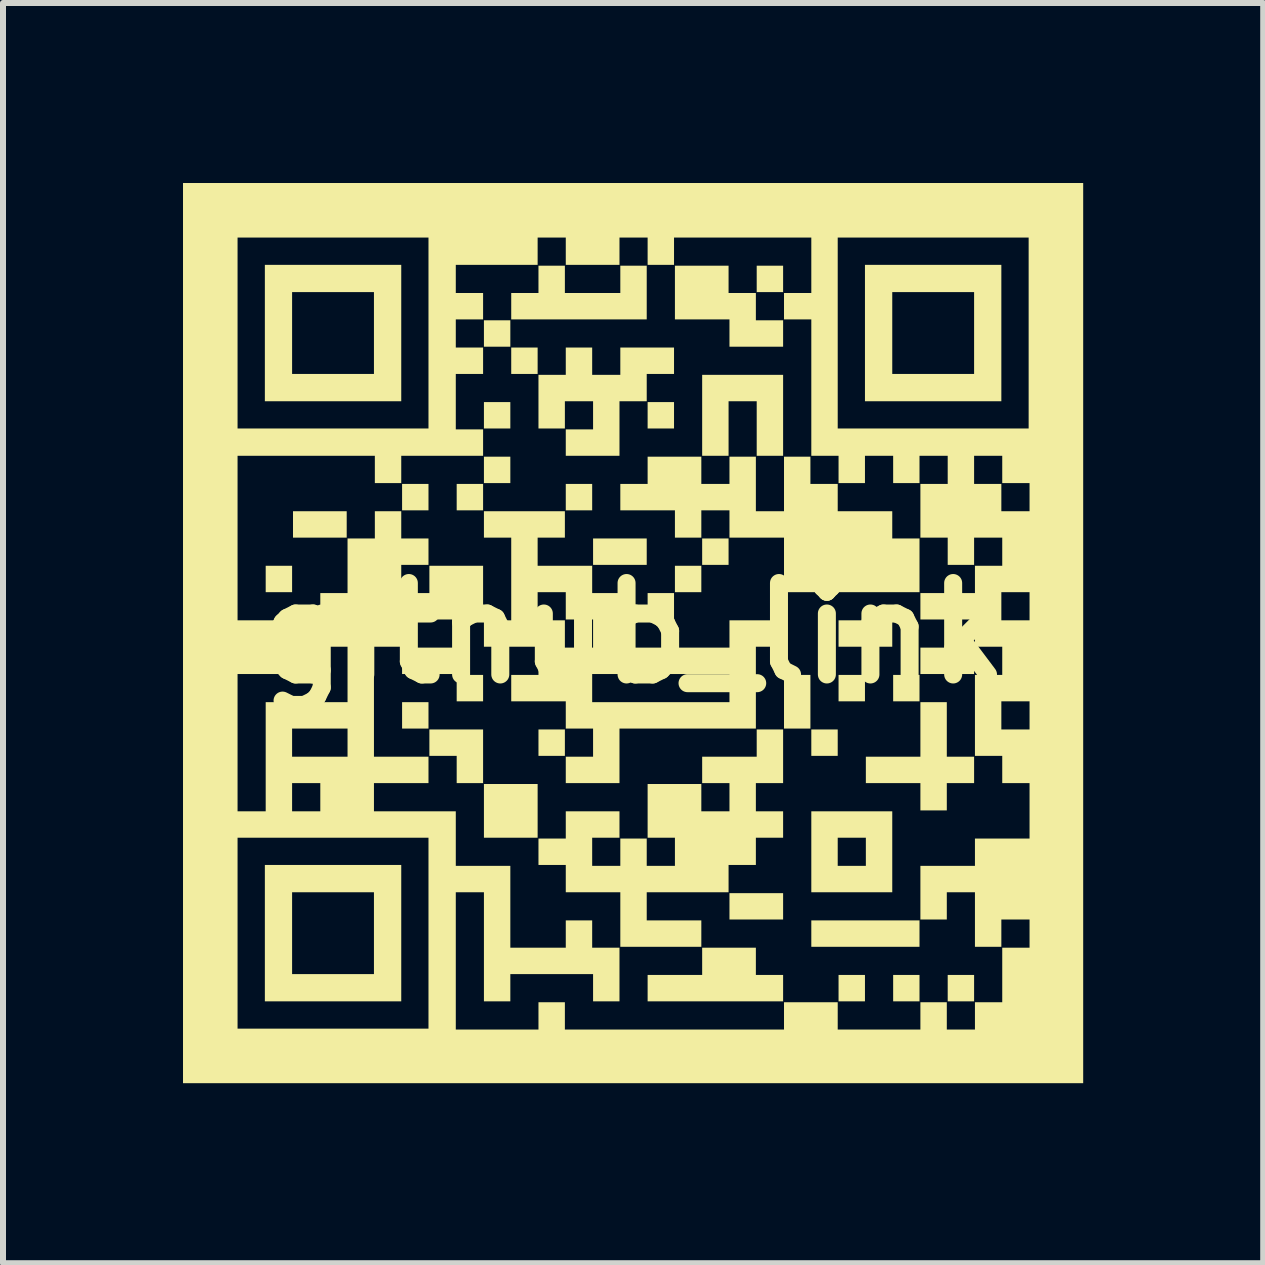
<source format=kicad_pcb>
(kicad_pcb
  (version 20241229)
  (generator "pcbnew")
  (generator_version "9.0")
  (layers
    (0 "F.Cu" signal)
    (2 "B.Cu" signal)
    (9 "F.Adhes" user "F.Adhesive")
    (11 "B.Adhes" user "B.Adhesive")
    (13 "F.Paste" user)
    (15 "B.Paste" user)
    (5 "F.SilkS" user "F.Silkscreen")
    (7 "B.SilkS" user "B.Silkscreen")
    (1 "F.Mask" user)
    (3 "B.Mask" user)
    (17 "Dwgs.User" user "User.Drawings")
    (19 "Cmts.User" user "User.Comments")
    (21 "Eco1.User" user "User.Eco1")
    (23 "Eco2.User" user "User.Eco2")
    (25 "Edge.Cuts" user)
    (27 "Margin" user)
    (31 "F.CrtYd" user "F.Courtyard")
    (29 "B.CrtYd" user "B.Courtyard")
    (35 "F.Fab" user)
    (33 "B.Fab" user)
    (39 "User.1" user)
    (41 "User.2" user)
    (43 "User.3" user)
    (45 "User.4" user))
  (footprint "github_link"
    (layer "F.Cu")
    (at 7.501 7.501)
    (property "Reference" "github_link" (at 0 0 0) (layer "F.SilkS") (effects (font (size 1.524 1.524) (thickness 0.3))))
    (attr board_only exclude_from_pos_files exclude_from_bom)
    (fp_poly (pts (xy -5.683 -0.682) (xy -6.123 -0.682) (xy -6.123 -1.122) (xy -5.683 -1.122)) (stroke (width 0) (type solid)) (fill yes) (layer "F.SilkS"))
    (fp_poly (pts (xy -4.773 -1.591) (xy -5.668 -1.591) (xy -5.668 -2.031) (xy -4.773 -2.031)) (stroke (width 0) (type solid)) (fill yes) (layer "F.SilkS"))
    (fp_poly (pts (xy -3.41 -2.046) (xy -3.85 -2.046) (xy -3.85 -2.486) (xy -3.41 -2.486)) (stroke (width 0) (type solid)) (fill yes) (layer "F.SilkS"))
    (fp_poly (pts (xy -3.41 1.591) (xy -3.85 1.591) (xy -3.85 1.151) (xy -3.41 1.151)) (stroke (width 0) (type solid)) (fill yes) (layer "F.SilkS"))
    (fp_poly (pts (xy -2.955 0.682) (xy -3.85 0.682) (xy -3.85 0.242) (xy -2.955 0.242)) (stroke (width 0) (type solid)) (fill yes) (layer "F.SilkS"))
    (fp_poly (pts (xy -2.5 -2.046) (xy -2.94 -2.046) (xy -2.94 -2.486) (xy -2.5 -2.486)) (stroke (width 0) (type solid)) (fill yes) (layer "F.SilkS"))
    (fp_poly (pts (xy -2.5 1.137) (xy -2.94 1.137) (xy -2.94 0.697) (xy -2.5 0.697)) (stroke (width 0) (type solid)) (fill yes) (layer "F.SilkS"))
    (fp_poly (pts (xy -2.046 -4.773) (xy -2.486 -4.773) (xy -2.486 -5.213) (xy -2.046 -5.213)) (stroke (width 0) (type solid)) (fill yes) (layer "F.SilkS"))
    (fp_poly (pts (xy -2.046 -3.41) (xy -2.486 -3.41) (xy -2.486 -3.85) (xy -2.046 -3.85)) (stroke (width 0) (type solid)) (fill yes) (layer "F.SilkS"))
    (fp_poly (pts (xy -2.046 -2.5) (xy -2.486 -2.5) (xy -2.486 -2.94) (xy -2.046 -2.94)) (stroke (width 0) (type solid)) (fill yes) (layer "F.SilkS"))
    (fp_poly (pts (xy -1.591 -4.319) (xy -2.031 -4.319) (xy -2.031 -4.759) (xy -1.591 -4.759)) (stroke (width 0) (type solid)) (fill yes) (layer "F.SilkS"))
    (fp_poly (pts (xy -1.591 3.41) (xy -2.486 3.41) (xy -2.486 2.515) (xy -1.591 2.515)) (stroke (width 0) (type solid)) (fill yes) (layer "F.SilkS"))
    (fp_poly (pts (xy -1.137 2.046) (xy -1.577 2.046) (xy -1.577 1.606) (xy -1.137 1.606)) (stroke (width 0) (type solid)) (fill yes) (layer "F.SilkS"))
    (fp_poly (pts (xy -0.682 -2.046) (xy -1.122 -2.046) (xy -1.122 -2.486) (xy -0.682 -2.486)) (stroke (width 0) (type solid)) (fill yes) (layer "F.SilkS"))
    (fp_poly (pts (xy 0.227 -1.137) (xy -0.667 -1.137) (xy -0.667 -1.577) (xy 0.227 -1.577)) (stroke (width 0) (type solid)) (fill yes) (layer "F.SilkS"))
    (fp_poly (pts (xy 0.682 -3.41) (xy 0.242 -3.41) (xy 0.242 -3.85) (xy 0.682 -3.85)) (stroke (width 0) (type solid)) (fill yes) (layer "F.SilkS"))
    (fp_poly (pts (xy 0.682 -0.227) (xy 0.242 -0.227) (xy 0.242 -0.667) (xy 0.682 -0.667)) (stroke (width 0) (type solid)) (fill yes) (layer "F.SilkS"))
    (fp_poly (pts (xy 1.137 -0.682) (xy 0.697 -0.682) (xy 0.697 -1.122) (xy 1.137 -1.122)) (stroke (width 0) (type solid)) (fill yes) (layer "F.SilkS"))
    (fp_poly (pts (xy 1.591 -1.137) (xy 1.151 -1.137) (xy 1.151 -1.577) (xy 1.591 -1.577)) (stroke (width 0) (type solid)) (fill yes) (layer "F.SilkS"))
    (fp_poly (pts (xy 2.5 -5.683) (xy 2.06 -5.683) (xy 2.06 -6.123) (xy 2.5 -6.123)) (stroke (width 0) (type solid)) (fill yes) (layer "F.SilkS"))
    (fp_poly (pts (xy 2.5 4.773) (xy 1.606 4.773) (xy 1.606 4.334) (xy 2.5 4.334)) (stroke (width 0) (type solid)) (fill yes) (layer "F.SilkS"))
    (fp_poly (pts (xy 2.955 1.591) (xy 2.515 1.591) (xy 2.515 0.697) (xy 2.955 0.697)) (stroke (width 0) (type solid)) (fill yes) (layer "F.SilkS"))
    (fp_poly (pts (xy 3.41 2.046) (xy 2.97 2.046) (xy 2.97 1.606) (xy 3.41 1.606)) (stroke (width 0) (type solid)) (fill yes) (layer "F.SilkS"))
    (fp_poly (pts (xy 3.864 1.137) (xy 3.424 1.137) (xy 3.424 0.697) (xy 3.864 0.697)) (stroke (width 0) (type solid)) (fill yes) (layer "F.SilkS"))
    (fp_poly (pts (xy 3.864 6.137) (xy 3.424 6.137) (xy 3.424 5.697) (xy 3.864 5.697)) (stroke (width 0) (type solid)) (fill yes) (layer "F.SilkS"))
    (fp_poly (pts (xy 4.319 0.227) (xy 3.424 0.227) (xy 3.424 -0.213) (xy 4.319 -0.213)) (stroke (width 0) (type solid)) (fill yes) (layer "F.SilkS"))
    (fp_poly (pts (xy 4.773 1.137) (xy 4.334 1.137) (xy 4.334 0.697) (xy 4.773 0.697)) (stroke (width 0) (type solid)) (fill yes) (layer "F.SilkS"))
    (fp_poly (pts (xy 4.773 5.228) (xy 2.97 5.228) (xy 2.97 4.788) (xy 4.773 4.788)) (stroke (width 0) (type solid)) (fill yes) (layer "F.SilkS"))
    (fp_poly (pts (xy 4.773 6.137) (xy 4.334 6.137) (xy 4.334 5.697) (xy 4.773 5.697)) (stroke (width 0) (type solid)) (fill yes) (layer "F.SilkS"))
    (fp_poly (pts (xy 5.683 0.682) (xy 4.788 0.682) (xy 4.788 0.242) (xy 5.683 0.242)) (stroke (width 0) (type solid)) (fill yes) (layer "F.SilkS"))
    (fp_poly (pts (xy 5.683 6.137) (xy 5.243 6.137) (xy 5.243 5.697) (xy 5.683 5.697)) (stroke (width 0) (type solid)) (fill yes) (layer "F.SilkS"))
    (fp_poly (pts (xy -2.5 2.5) (xy -2.94 2.5) (xy -2.94 2.046) (xy -3.395 2.046) (xy -3.395 1.606) (xy -2.5 1.606)) (stroke (width 0) (type solid)) (fill yes) (layer "F.SilkS"))
    (fp_poly (pts (xy 2.046 5.697) (xy 2.5 5.697) (xy 2.5 6.137) (xy 0.242 6.137) (xy 0.242 5.697) (xy 1.151 5.697) (xy 1.151 5.243) (xy 2.046 5.243)) (stroke (width 0) (type solid)) (fill yes) (layer "F.SilkS"))
    (fp_poly (pts (xy 2.5 -2.955) (xy 2.06 -2.955) (xy 2.06 -3.864) (xy 1.591 -3.864) (xy 1.591 -2.955) (xy 1.151 -2.955) (xy 1.151 -4.304) (xy 2.5 -4.304)) (stroke (width 0) (type solid)) (fill yes) (layer "F.SilkS"))
    (fp_poly (pts (xy -1.137 -5.668) (xy -0.213 -5.668) (xy -0.213 -6.123) (xy 0.227 -6.123) (xy 0.227 -5.228) (xy -2.031 -5.228) (xy -2.031 -5.668) (xy -1.577 -5.668) (xy -1.577 -6.123) (xy -1.137 -6.123)) (stroke (width 0) (type solid)) (fill yes) (layer "F.SilkS"))
    (fp_poly (pts (xy 1.591 -5.668) (xy 2.046 -5.668) (xy 2.046 -5.213) (xy 2.5 -5.213) (xy 2.5 -4.773) (xy 1.606 -4.773) (xy 1.606 -5.228) (xy 0.697 -5.228) (xy 0.697 -6.123) (xy 1.591 -6.123)) (stroke (width 0) (type solid)) (fill yes) (layer "F.SilkS"))
    (fp_poly (pts (xy -3.864 -3.864) (xy -6.137 -3.864) (xy -6.137 -4.319) (xy -5.683 -4.319) (xy -4.319 -4.319) (xy -4.319 -5.683) (xy -5.683 -5.683) (xy -5.683 -4.319) (xy -6.137 -4.319) (xy -6.137 -6.137) (xy -3.864 -6.137)) (stroke (width 0) (type solid)) (fill yes) (layer "F.SilkS"))
    (fp_poly (pts (xy -3.864 6.137) (xy -6.137 6.137) (xy -6.137 5.683) (xy -5.683 5.683) (xy -4.319 5.683) (xy -4.319 4.319) (xy -5.683 4.319) (xy -5.683 5.683) (xy -6.137 5.683) (xy -6.137 3.864) (xy -3.864 3.864)) (stroke (width 0) (type solid)) (fill yes) (layer "F.SilkS"))
    (fp_poly (pts (xy 4.319 4.319) (xy 2.97 4.319) (xy 2.97 3.879) (xy 3.41 3.879) (xy 3.879 3.879) (xy 3.879 3.41) (xy 3.41 3.41) (xy 3.41 3.879) (xy 2.97 3.879) (xy 2.97 2.97) (xy 4.319 2.97)) (stroke (width 0) (type solid)) (fill yes) (layer "F.SilkS"))
    (fp_poly (pts (xy 6.137 -3.864) (xy 3.864 -3.864) (xy 3.864 -4.319) (xy 4.319 -4.319) (xy 5.683 -4.319) (xy 5.683 -5.683) (xy 4.319 -5.683) (xy 4.319 -4.319) (xy 3.864 -4.319) (xy 3.864 -6.137) (xy 6.137 -6.137)) (stroke (width 0) (type solid)) (fill yes) (layer "F.SilkS"))
    (fp_poly (pts (xy 5.228 2.06) (xy 5.683 2.06) (xy 5.683 2.5) (xy 5.228 2.5) (xy 5.228 2.955) (xy 4.788 2.955) (xy 4.788 2.5) (xy 3.879 2.5) (xy 3.879 2.06) (xy 4.788 2.06) (xy 4.788 1.151) (xy 5.228 1.151)) (stroke (width 0) (type solid)) (fill yes) (layer "F.SilkS"))
    (fp_poly (pts (xy -0.682 -4.304) (xy -0.213 -4.304) (xy -0.213 -4.759) (xy 0.682 -4.759) (xy 0.682 -4.319) (xy 0.227 -4.319) (xy 0.227 -3.864) (xy -0.227 -3.864) (xy -0.227 -2.955) (xy -1.122 -2.955) (xy -1.122 -3.395) (xy -0.667 -3.395) (xy -0.667 -3.864) (xy -1.137 -3.864) (xy -1.137 -3.41) (xy -1.577 -3.41) (xy -1.577 -4.304) (xy -1.122 -4.304) (xy -1.122 -4.759) (xy -0.682 -4.759)) (stroke (width 0) (type solid)) (fill yes) (layer "F.SilkS"))
    (fp_poly (pts (xy 1.137 -2.486) (xy 1.606 -2.486) (xy 1.606 -2.94) (xy 2.046 -2.94) (xy 2.046 -2.031) (xy 2.515 -2.031) (xy 2.515 -2.94) (xy 2.955 -2.94) (xy 2.955 -2.486) (xy 3.41 -2.486) (xy 3.41 -2.031) (xy 4.319 -2.031) (xy 4.319 -1.577) (xy 4.773 -1.577) (xy 4.773 -0.682) (xy 2.515 -0.682) (xy 2.515 -1.591) (xy 1.606 -1.591) (xy 1.606 -2.046) (xy 1.137 -2.046) (xy 1.137 -1.591) (xy 0.697 -1.591) (xy 0.697 -2.046) (xy -0.213 -2.046) (xy -0.213 -2.486) (xy 0.242 -2.486) (xy 0.242 -2.94) (xy 1.137 -2.94)) (stroke (width 0) (type solid)) (fill yes) (layer "F.SilkS"))
    (fp_poly (pts (xy 2.5 2.5) (xy 2.046 2.5) (xy 2.046 2.97) (xy 2.5 2.97) (xy 2.5 3.41) (xy 2.046 3.41) (xy 2.046 3.864) (xy 1.591 3.864) (xy 1.591 4.319) (xy 0.227 4.319) (xy 0.227 4.788) (xy 1.137 4.788) (xy 1.137 5.228) (xy -0.213 5.228) (xy -0.213 4.319) (xy -1.122 4.319) (xy -1.122 3.864) (xy -1.577 3.864) (xy -1.577 3.424) (xy -1.122 3.424) (xy -1.122 2.97) (xy -0.227 2.97) (xy -0.227 3.41) (xy -0.682 3.41) (xy -0.682 3.879) (xy -0.213 3.879) (xy -0.213 3.424) (xy 0.227 3.424) (xy 0.227 3.879) (xy 0.697 3.879) (xy 0.697 3.41) (xy 0.242 3.41) (xy 0.242 2.515) (xy 1.137 2.515) (xy 1.137 2.97) (xy 1.606 2.97) (xy 1.606 2.5) (xy 1.151 2.5) (xy 1.151 2.06) (xy 2.06 2.06) (xy 2.06 1.606) (xy 2.5 1.606)) (stroke (width 0) (type solid)) (fill yes) (layer "F.SilkS"))
    (fp_poly (pts (xy -1.137 -1.591) (xy -1.591 -1.591) (xy -1.591 -1.122) (xy -0.682 -1.122) (xy -0.682 -0.667) (xy -0.227 -0.667) (xy -0.227 0.242) (xy 1.606 0.242) (xy 1.606 -0.213) (xy 2.5 -0.213) (xy 2.5 0.227) (xy 2.046 0.227) (xy 2.046 1.591) (xy -0.227 1.591) (xy -0.227 2.5) (xy -1.122 2.5) (xy -1.122 2.06) (xy -0.667 2.06) (xy -0.667 1.591) (xy -1.122 1.591) (xy -1.122 1.151) (xy -0.682 1.151) (xy 1.606 1.151) (xy 1.606 0.682) (xy -0.682 0.682) (xy -0.682 1.151) (xy -1.122 1.151) (xy -1.122 1.137) (xy -2.031 1.137) (xy -2.031 0.697) (xy -1.577 0.697) (xy -1.577 0.227) (xy -2.486 0.227) (xy -2.486 -0.213) (xy -2.031 -0.213) (xy -1.591 -0.213) (xy -1.137 -0.213) (xy -1.137 0.242) (xy -0.667 0.242) (xy -0.667 -0.227) (xy -1.122 -0.227) (xy -1.122 -0.682) (xy -1.591 -0.682) (xy -1.591 -0.213) (xy -2.031 -0.213) (xy -2.031 -1.591) (xy -2.486 -1.591) (xy -2.486 -2.031) (xy -1.137 -2.031)) (stroke (width 0) (type solid)) (fill yes) (layer "F.SilkS"))
    (fp_poly (pts (xy 7.501 7.501) (xy -7.501 7.501) (xy -7.501 6.592) (xy -6.592 6.592) (xy -3.41 6.592) (xy -3.41 3.41) (xy -6.592 3.41) (xy -6.592 6.592) (xy -7.501 6.592) (xy -7.501 2.97) (xy -6.592 2.97) (xy -6.123 2.97) (xy -5.683 2.97) (xy -5.213 2.97) (xy -5.213 2.5) (xy -5.683 2.5) (xy -5.683 2.97) (xy -6.123 2.97) (xy -6.123 2.06) (xy -5.683 2.06) (xy -4.759 2.06) (xy -4.759 1.591) (xy -5.683 1.591) (xy -5.683 2.06) (xy -6.123 2.06) (xy -6.123 1.151) (xy -4.759 1.151) (xy -4.759 0.227) (xy -5.228 0.227) (xy -5.228 0.682) (xy -6.592 0.682) (xy -6.592 2.97) (xy -7.501 2.97) (xy -7.501 -0.213) (xy -6.592 -0.213) (xy -5.213 -0.213) (xy -5.213 -0.667) (xy -4.759 -0.667) (xy -4.759 -1.577) (xy -4.304 -1.577) (xy -4.304 -2.031) (xy -3.864 -2.031) (xy -3.864 -1.577) (xy -3.41 -1.577) (xy -3.41 -1.137) (xy -3.864 -1.137) (xy -3.864 -0.667) (xy -3.395 -0.667) (xy -3.395 -1.122) (xy -2.5 -1.122) (xy -2.5 -0.227) (xy -3.864 -0.227) (xy -3.864 0.227) (xy -4.319 0.227) (xy -4.319 2.06) (xy -3.41 2.06) (xy -3.41 2.5) (xy -4.319 2.5) (xy -4.319 2.97) (xy -2.955 2.97) (xy -2.955 3.879) (xy -2.046 3.879) (xy -2.046 5.243) (xy -1.122 5.243) (xy -1.122 4.788) (xy -0.682 4.788) (xy -0.682 5.243) (xy -0.227 5.243) (xy -0.227 6.137) (xy -0.667 6.137) (xy -0.667 5.683) (xy -2.046 5.683) (xy -2.046 6.137) (xy -2.486 6.137) (xy -2.486 4.319) (xy -2.955 4.319) (xy -2.955 6.607) (xy -1.577 6.607) (xy -1.577 6.152) (xy -1.137 6.152) (xy -1.137 6.607) (xy 2.515 6.607) (xy 2.515 6.152) (xy 3.41 6.152) (xy 3.41 6.607) (xy 4.788 6.607) (xy 4.788 6.152) (xy 5.228 6.152) (xy 5.228 6.607) (xy 5.697 6.607) (xy 5.697 6.152) (xy 6.152 6.152) (xy 6.152 5.243) (xy 6.607 5.243) (xy 6.607 4.773) (xy 6.137 4.773) (xy 6.137 5.228) (xy 5.697 5.228) (xy 5.697 4.319) (xy 5.228 4.319) (xy 5.228 4.773) (xy 4.788 4.773) (xy 4.788 3.879) (xy 5.697 3.879) (xy 5.697 3.424) (xy 6.607 3.424) (xy 6.607 2.5) (xy 6.152 2.5) (xy 6.152 2.046) (xy 5.697 2.046) (xy 5.697 1.606) (xy 6.137 1.606) (xy 6.607 1.606) (xy 6.607 1.137) (xy 6.137 1.137) (xy 6.137 1.606) (xy 5.697 1.606) (xy 5.697 0.697) (xy 6.152 0.697) (xy 6.152 0.227) (xy 5.697 0.227) (xy 5.697 -0.213) (xy 6.137 -0.213) (xy 6.607 -0.213) (xy 6.607 -0.682) (xy 6.137 -0.682) (xy 6.137 -0.213) (xy 5.697 -0.213) (xy 5.697 -0.227) (xy 4.788 -0.227) (xy 4.788 -0.667) (xy 5.697 -0.667) (xy 5.697 -1.122) (xy 6.152 -1.122) (xy 6.152 -1.591) (xy 5.683 -1.591) (xy 5.683 -1.137) (xy 5.243 -1.137) (xy 5.243 -1.591) (xy 4.788 -1.591) (xy 4.788 -2.486) (xy 5.243 -2.486) (xy 5.683 -2.486) (xy 6.137 -2.486) (xy 6.137 -2.031) (xy 6.607 -2.031) (xy 6.607 -2.5) (xy 6.152 -2.5) (xy 6.152 -2.955) (xy 5.683 -2.955) (xy 5.683 -2.486) (xy 5.243 -2.486) (xy 5.243 -2.955) (xy 4.773 -2.955) (xy 4.773 -2.5) (xy 4.334 -2.5) (xy 4.334 -2.955) (xy 3.864 -2.955) (xy 3.864 -2.5) (xy 3.424 -2.5) (xy 3.424 -2.955) (xy 2.97 -2.955) (xy 2.97 -3.41) (xy 3.41 -3.41) (xy 6.592 -3.41) (xy 6.592 -6.592) (xy 3.41 -6.592) (xy 3.41 -3.41) (xy 2.97 -3.41) (xy 2.97 -5.228) (xy 2.515 -5.228) (xy 2.515 -5.668) (xy 2.97 -5.668) (xy 2.97 -6.592) (xy 0.682 -6.592) (xy 0.682 -6.137) (xy 0.242 -6.137) (xy 0.242 -6.592) (xy -0.227 -6.592) (xy -0.227 -6.137) (xy -1.122 -6.137) (xy -1.122 -6.592) (xy -1.591 -6.592) (xy -1.591 -6.137) (xy -2.955 -6.137) (xy -2.955 -5.668) (xy -2.5 -5.668) (xy -2.5 -5.228) (xy -2.955 -5.228) (xy -2.955 -4.759) (xy -2.5 -4.759) (xy -2.5 -4.319) (xy -2.955 -4.319) (xy -2.955 -3.395) (xy -2.5 -3.395) (xy -2.5 -2.955) (xy -3.864 -2.955) (xy -3.864 -2.5) (xy -4.304 -2.5) (xy -4.304 -2.955) (xy -6.592 -2.955) (xy -6.592 -0.213) (xy -7.501 -0.213) (xy -7.501 -3.41) (xy -6.592 -3.41) (xy -3.41 -3.41) (xy -3.41 -6.592) (xy -6.592 -6.592) (xy -6.592 -3.41) (xy -7.501 -3.41) (xy -7.501 -7.501) (xy 7.501 -7.501)) (stroke (width 0) (type solid)) (fill yes) (layer "F.SilkS")))
  (gr_rect
    (start -3 -3)
    (end 18.002 18.002)
    (stroke (width 0.1) (type default))
    (fill no)
    (layer "Edge.Cuts")))
</source>
